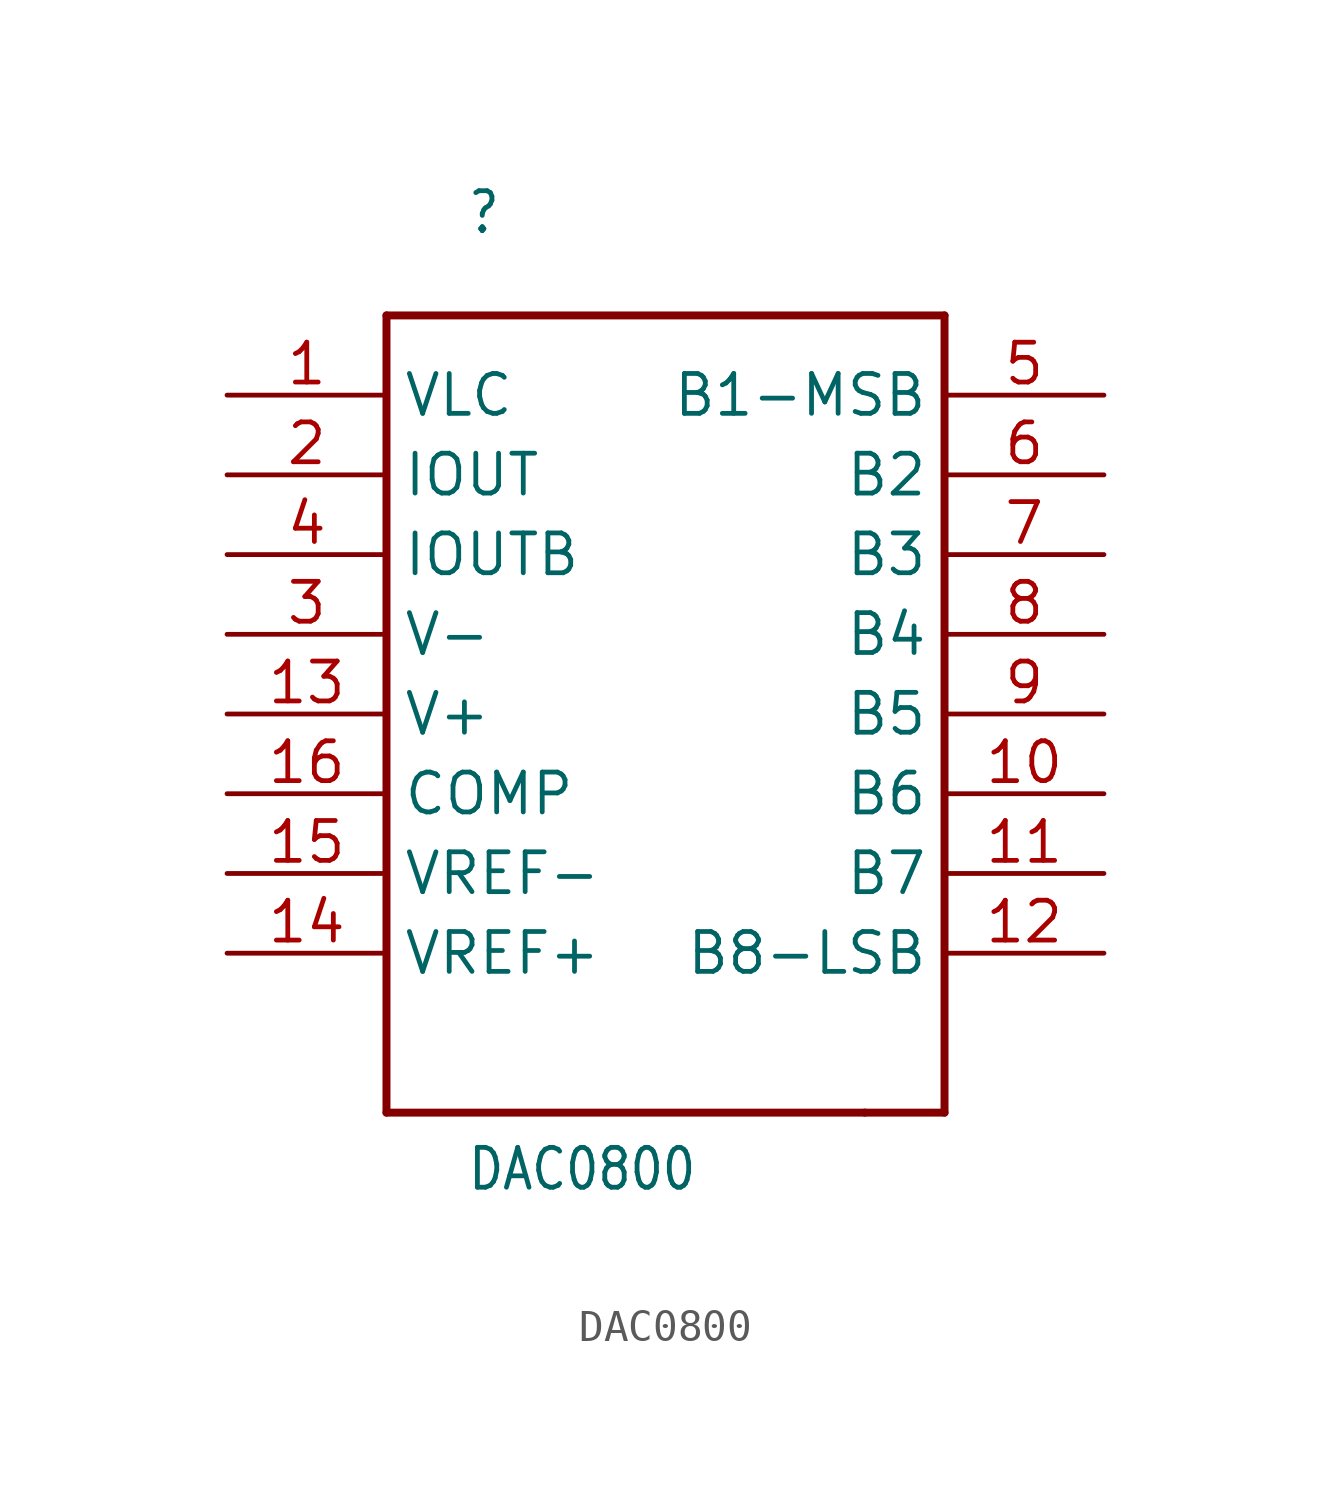
<source format=kicad_sym>
(kicad_symbol_lib
  (version 20211014)
  (generator kicad_symbol_editor)
  (symbol "DAC0800"
    (property "Reference" ""
      (at -5.08 15.24 0)
      (effects (font (size 1.27 1.079)) (justify left bottom)))
    (property "Value" "DAC0800"
      (at -5.08 -15.24 0)
      (effects (font (size 1.27 1.079)) (justify left bottom)))
    (property "ki_locked" ""
      (at 0 0 0)
      (effects (font (size 1.27 1.27))))
    (symbol "DAC0800_1_0"
      (polyline (pts (xy -7.62 -12.7) (xy 7.62 -12.7)) (stroke (width 0.254) (type default) (color 0 0 0 0)) (fill (type none)))
      (polyline (pts (xy -7.62 12.7) (xy -7.62 -12.7)) (stroke (width 0.254) (type default) (color 0 0 0 0)) (fill (type none)))
      (polyline (pts (xy 7.62 -12.7) (xy 10.16 -12.7)) (stroke (width 0.254) (type default) (color 0 0 0 0)) (fill (type none)))
      (polyline (pts (xy 10.16 -12.7) (xy 10.16 12.7)) (stroke (width 0.254) (type default) (color 0 0 0 0)) (fill (type none)))
      (polyline (pts (xy 10.16 12.7) (xy -7.62 12.7)) (stroke (width 0.254) (type default) (color 0 0 0 0)) (fill (type none)))
      (pin bidirectional line (at -12.7 10.16 0) (length 5.08) (name "VLC" (effects (font (size 1.27 1.27)))) (number "1" (effects (font (size 1.27 1.27)))))
      (pin bidirectional line (at 15.24 -2.54 180) (length 5.08) (name "B6" (effects (font (size 1.27 1.27)))) (number "10" (effects (font (size 1.27 1.27)))))
      (pin bidirectional line (at 15.24 -5.08 180) (length 5.08) (name "B7" (effects (font (size 1.27 1.27)))) (number "11" (effects (font (size 1.27 1.27)))))
      (pin bidirectional line (at 15.24 -7.62 180) (length 5.08) (name "B8-LSB" (effects (font (size 1.27 1.27)))) (number "12" (effects (font (size 1.27 1.27)))))
      (pin bidirectional line (at -12.7 0 0) (length 5.08) (name "V+" (effects (font (size 1.27 1.27)))) (number "13" (effects (font (size 1.27 1.27)))))
      (pin bidirectional line (at -12.7 -7.62 0) (length 5.08) (name "VREF+" (effects (font (size 1.27 1.27)))) (number "14" (effects (font (size 1.27 1.27)))))
      (pin bidirectional line (at -12.7 -5.08 0) (length 5.08) (name "VREF-" (effects (font (size 1.27 1.27)))) (number "15" (effects (font (size 1.27 1.27)))))
      (pin bidirectional line (at -12.7 -2.54 0) (length 5.08) (name "COMP" (effects (font (size 1.27 1.27)))) (number "16" (effects (font (size 1.27 1.27)))))
      (pin bidirectional line (at -12.7 7.62 0) (length 5.08) (name "IOUT" (effects (font (size 1.27 1.27)))) (number "2" (effects (font (size 1.27 1.27)))))
      (pin bidirectional line (at -12.7 2.54 0) (length 5.08) (name "V-" (effects (font (size 1.27 1.27)))) (number "3" (effects (font (size 1.27 1.27)))))
      (pin bidirectional line (at -12.7 5.08 0) (length 5.08) (name "IOUTB" (effects (font (size 1.27 1.27)))) (number "4" (effects (font (size 1.27 1.27)))))
      (pin bidirectional line (at 15.24 10.16 180) (length 5.08) (name "B1-MSB" (effects (font (size 1.27 1.27)))) (number "5" (effects (font (size 1.27 1.27)))))
      (pin bidirectional line (at 15.24 7.62 180) (length 5.08) (name "B2" (effects (font (size 1.27 1.27)))) (number "6" (effects (font (size 1.27 1.27)))))
      (pin bidirectional line (at 15.24 5.08 180) (length 5.08) (name "B3" (effects (font (size 1.27 1.27)))) (number "7" (effects (font (size 1.27 1.27)))))
      (pin bidirectional line (at 15.24 2.54 180) (length 5.08) (name "B4" (effects (font (size 1.27 1.27)))) (number "8" (effects (font (size 1.27 1.27)))))
      (pin bidirectional line (at 15.24 0 180) (length 5.08) (name "B5" (effects (font (size 1.27 1.27)))) (number "9" (effects (font (size 1.27 1.27))))))))
</source>
